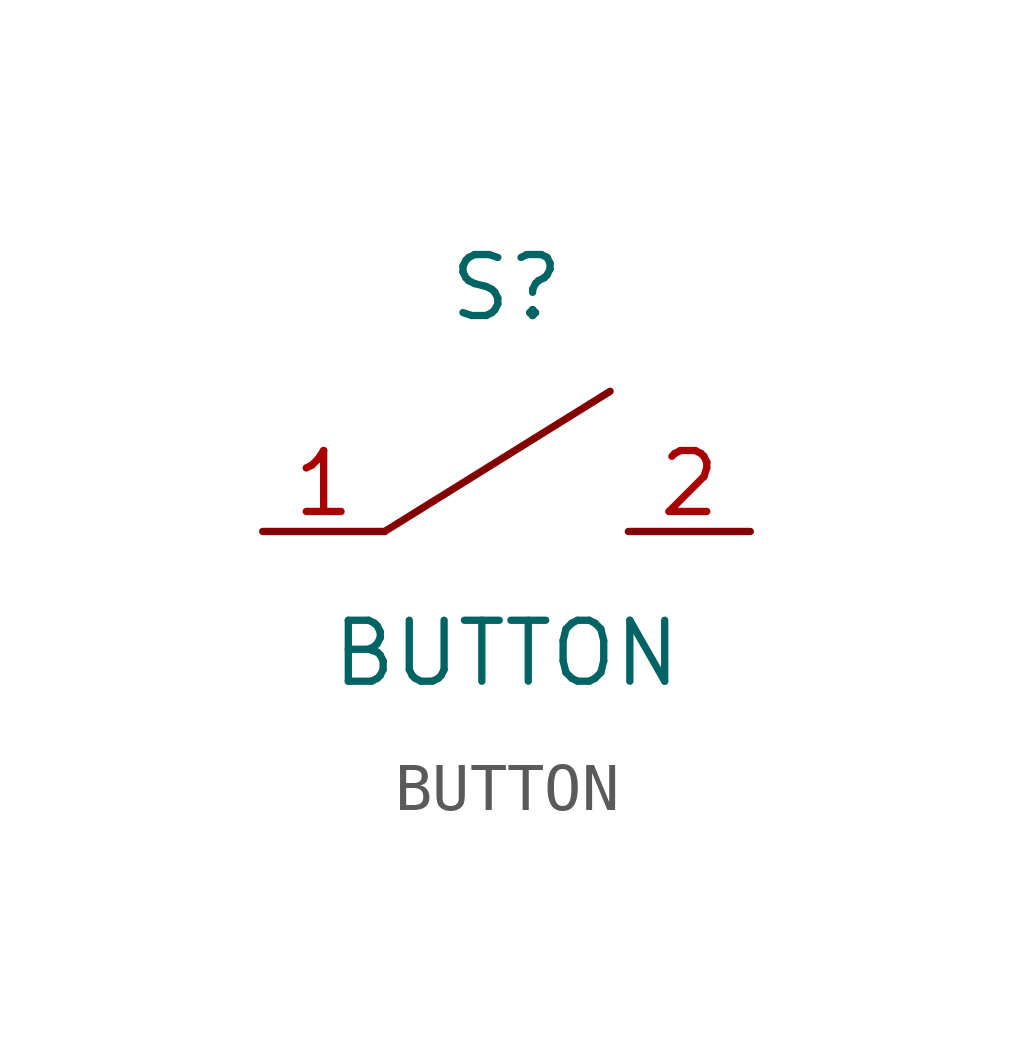
<source format=kicad_sym>
(kicad_symbol_lib
  (version 20220914)
  (generator kicad_symbol_editor)
  (symbol "BUTTON"
    (pin_names
      (offset 1.016) hide)
    (property "Reference" "S"
      (at 0 5.08 0)
      (effects (font (size 1.27 1.27))))
    (property "Value" "BUTTON"
      (at 0 -2.54 0)
      (effects (font (size 1.27 1.27))))
    (symbol "BUTTON_1_1"
      (polyline (pts (xy -2.54 0) (xy 2.159 2.921)) (stroke (width 0) (type default)) (fill (type none)))
      (pin passive line (at -5.08 0 0) (length 2.54) (name "1" (effects (font (size 1.27 1.27)))) (number "1" (effects (font (size 1.27 1.27)))))
      (pin passive line (at 5.08 0 180) (length 2.54) (name "2" (effects (font (size 1.27 1.27)))) (number "2" (effects (font (size 1.27 1.27))))))))
</source>
